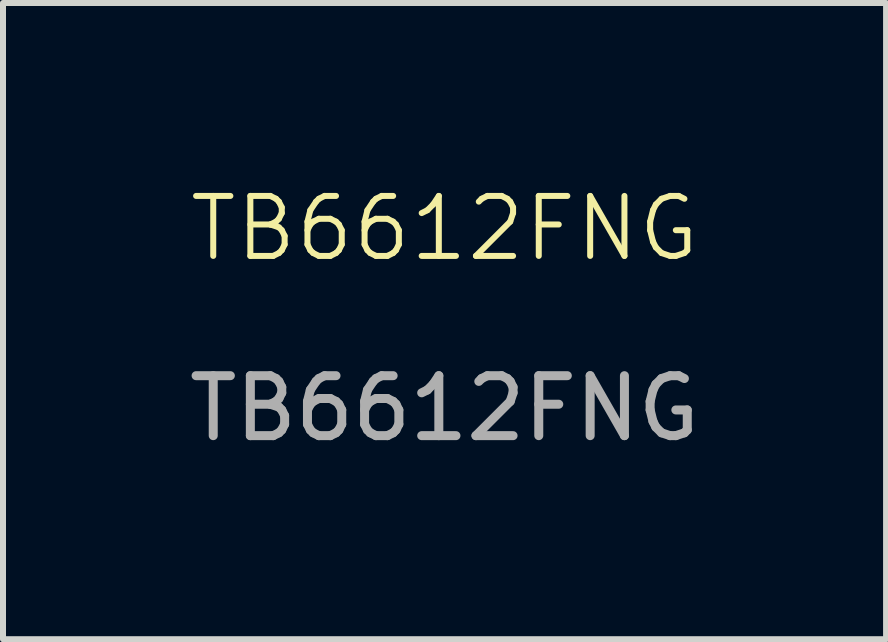
<source format=kicad_pcb>
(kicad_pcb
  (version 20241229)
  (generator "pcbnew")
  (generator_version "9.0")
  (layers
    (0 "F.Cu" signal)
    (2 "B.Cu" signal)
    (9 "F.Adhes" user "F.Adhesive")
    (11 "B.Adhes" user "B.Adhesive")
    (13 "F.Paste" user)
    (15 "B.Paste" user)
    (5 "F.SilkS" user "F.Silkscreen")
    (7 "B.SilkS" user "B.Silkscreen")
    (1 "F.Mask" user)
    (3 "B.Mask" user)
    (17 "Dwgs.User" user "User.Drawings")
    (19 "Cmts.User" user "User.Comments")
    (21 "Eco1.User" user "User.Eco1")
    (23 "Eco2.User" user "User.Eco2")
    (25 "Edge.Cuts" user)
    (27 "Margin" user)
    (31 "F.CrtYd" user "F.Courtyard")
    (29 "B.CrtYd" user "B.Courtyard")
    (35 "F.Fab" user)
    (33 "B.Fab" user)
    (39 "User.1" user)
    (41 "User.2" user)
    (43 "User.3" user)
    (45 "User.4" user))
  (footprint "TB6612FNG"
    (layer "F.Cu")
    (at 4.363 1.26)
    (property "Reference" "TB6612FNG" (at 0 -0.5 0) (unlocked yes) (layer "F.SilkS") (effects (font (size 1 1) (thickness 0.1))))
    (attr through_hole)
    (fp_text user "${REFERENCE}" (at 0 2.5 0) (unlocked yes) (layer "F.Fab") (effects (font (size 1 1) (thickness 0.15)))))
  (gr_rect
    (start -3 -3)
    (end 11.726 7.609)
    (stroke (width 0.1) (type default))
    (fill no)
    (layer "Edge.Cuts")))
</source>
